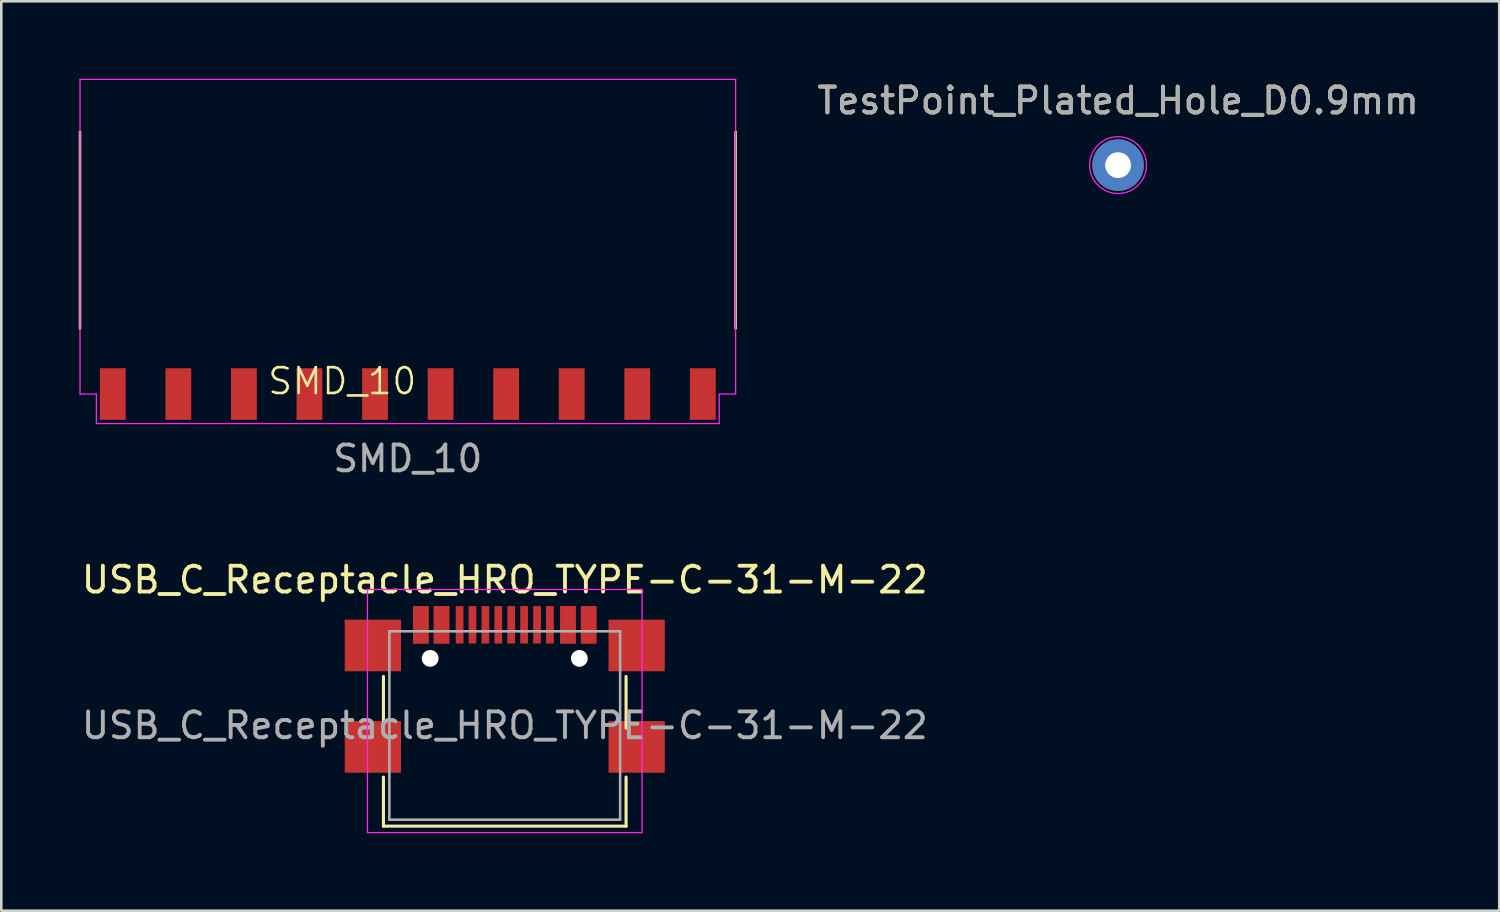
<source format=kicad_pcb>
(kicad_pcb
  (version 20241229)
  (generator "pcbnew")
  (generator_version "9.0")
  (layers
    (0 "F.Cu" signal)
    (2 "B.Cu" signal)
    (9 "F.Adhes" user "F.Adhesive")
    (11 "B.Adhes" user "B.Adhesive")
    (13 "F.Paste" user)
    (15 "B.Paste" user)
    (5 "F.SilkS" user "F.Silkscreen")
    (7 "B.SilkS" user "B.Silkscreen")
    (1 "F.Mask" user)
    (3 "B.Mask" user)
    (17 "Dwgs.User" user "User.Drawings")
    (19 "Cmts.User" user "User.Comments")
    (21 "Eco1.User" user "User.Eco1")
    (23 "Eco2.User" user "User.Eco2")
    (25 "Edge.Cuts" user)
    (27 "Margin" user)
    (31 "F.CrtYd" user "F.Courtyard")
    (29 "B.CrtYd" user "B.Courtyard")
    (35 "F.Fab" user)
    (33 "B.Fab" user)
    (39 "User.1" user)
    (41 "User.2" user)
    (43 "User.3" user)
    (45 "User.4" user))
  (footprint "TestPoint_Plated_Hole_D0.9mm"
    (layer "F.Cu")
    (at 40.268 3.348)
    (property "Reference" "TestPoint_Plated_Hole_D0.9mm" (at 0 -2.498 0) (layer "F.SilkS") (effects (font (size 1 1) (thickness 0.15))))
    (attr exclude_from_pos_files exclude_from_bom)
    (fp_circle (center 0 0) (end 1.1 0) (stroke (width 0.05) (type solid)) (fill no) (layer "F.CrtYd"))
    (fp_text user "${REFERENCE}" (at 0 -2.5 0) (layer "F.Fab") (effects (font (size 1 1) (thickness 0.15))))
    (pad "1" thru_hole circle (at 0 0) (size 2 2) (drill 1) (layers "*.Cu" "*.Mask")))
  (footprint "USB_C_Receptacle_HRO_TYPE-C-31-M-22"
    (layer "F.Cu")
    (at 16.506 25.058)
    (property "Reference" "USB_C_Receptacle_HRO_TYPE-C-31-M-22" (at 0 -5.645 0) (layer "F.SilkS") (effects (font (size 1 1) (thickness 0.15))))
    (attr smd)
    (fp_line (start -4.7 -1.9) (end -4.7 0.1) (stroke (width 0.12) (type solid)) (layer "F.SilkS"))
    (fp_line (start -4.7 2) (end -4.7 3.9) (stroke (width 0.12) (type solid)) (layer "F.SilkS"))
    (fp_line (start -4.7 3.9) (end 4.7 3.9) (stroke (width 0.12) (type solid)) (layer "F.SilkS"))
    (fp_line (start 4.7 -1.9) (end 4.7 0.1) (stroke (width 0.12) (type solid)) (layer "F.SilkS"))
    (fp_line (start 4.7 2) (end 4.7 3.9) (stroke (width 0.12) (type solid)) (layer "F.SilkS"))
    (fp_line (start -5.32 -5.27) (end -5.32 4.15) (stroke (width 0.05) (type solid)) (layer "F.CrtYd"))
    (fp_line (start -5.32 -5.27) (end 5.32 -5.27) (stroke (width 0.05) (type solid)) (layer "F.CrtYd"))
    (fp_line (start -5.32 4.15) (end 5.32 4.15) (stroke (width 0.05) (type solid)) (layer "F.CrtYd"))
    (fp_line (start 5.32 -5.27) (end 5.32 4.15) (stroke (width 0.05) (type solid)) (layer "F.CrtYd"))
    (fp_line (start -4.47 -3.65) (end -4.47 3.65) (stroke (width 0.1) (type solid)) (layer "F.Fab"))
    (fp_line (start -4.47 -3.65) (end 4.47 -3.65) (stroke (width 0.1) (type solid)) (layer "F.Fab"))
    (fp_line (start -4.47 3.65) (end 4.47 3.65) (stroke (width 0.1) (type solid)) (layer "F.Fab"))
    (fp_line (start 4.47 -3.65) (end 4.47 3.65) (stroke (width 0.1) (type solid)) (layer "F.Fab"))
    (fp_text user "${REFERENCE}" (at 0 0 0) (layer "F.Fab") (effects (font (size 1 1) (thickness 0.15))))
    (pad "" np_thru_hole circle (at -2.89 -2.6) (size 0.65 0.65) (drill 0.65) (layers "*.Cu" "*.Mask"))
    (pad "" np_thru_hole circle (at 2.89 -2.6) (size 0.65 0.65) (drill 0.65) (layers "*.Cu" "*.Mask"))
    (pad "A1" smd rect (at -3.25 -3.9) (size 0.6 1.45) (layers "F.Cu" "F.Mask" "F.Paste"))
    (pad "A4" smd rect (at -2.45 -3.9) (size 0.6 1.45) (layers "F.Cu" "F.Mask" "F.Paste"))
    (pad "A5" smd rect (at -1.25 -3.9) (size 0.3 1.45) (layers "F.Cu" "F.Mask" "F.Paste"))
    (pad "A6" smd rect (at -0.25 -3.9) (size 0.3 1.45) (layers "F.Cu" "F.Mask" "F.Paste"))
    (pad "A7" smd rect (at 0.25 -3.9) (size 0.3 1.45) (layers "F.Cu" "F.Mask" "F.Paste"))
    (pad "A8" smd rect (at 1.25 -3.9) (size 0.3 1.45) (layers "F.Cu" "F.Mask" "F.Paste"))
    (pad "A9" smd rect (at 2.45 -3.9) (size 0.6 1.45) (layers "F.Cu" "F.Mask" "F.Paste"))
    (pad "A12" smd rect (at 3.25 -3.9) (size 0.6 1.45) (layers "F.Cu" "F.Mask" "F.Paste"))
    (pad "B1" smd rect (at 3.25 -3.9) (size 0.6 1.45) (layers "F.Cu" "F.Mask" "F.Paste"))
    (pad "B4" smd rect (at 2.45 -3.9) (size 0.6 1.45) (layers "F.Cu" "F.Mask" "F.Paste"))
    (pad "B5" smd rect (at 1.75 -3.9) (size 0.3 1.45) (layers "F.Cu" "F.Mask" "F.Paste"))
    (pad "B6" smd rect (at 0.75 -3.9) (size 0.3 1.45) (layers "F.Cu" "F.Mask" "F.Paste"))
    (pad "B7" smd rect (at -0.75 -3.9) (size 0.3 1.45) (layers "F.Cu" "F.Mask" "F.Paste"))
    (pad "B8" smd rect (at -1.75 -3.9) (size 0.3 1.45) (layers "F.Cu" "F.Mask" "F.Paste"))
    (pad "B9" smd rect (at -2.45 -3.9) (size 0.6 1.45) (layers "F.Cu" "F.Mask" "F.Paste"))
    (pad "B12" smd rect (at -3.25 -3.9) (size 0.6 1.45) (layers "F.Cu" "F.Mask" "F.Paste"))
    (pad "S1" smd rect (at -5.11 -3.1) (size 2.18 2) (property pad_prop_heatsink) (layers "F.Cu" "F.Mask" "F.Paste"))
    (pad "S1" smd rect (at -5.11 0.83) (size 2.18 2) (property pad_prop_heatsink) (layers "F.Cu" "F.Mask" "F.Paste"))
    (pad "S1" smd rect (at 5.11 -3.1) (size 2.18 2) (property pad_prop_heatsink) (layers "F.Cu" "F.Mask" "F.Paste"))
    (pad "S1" smd rect (at 5.11 0.83) (size 2.18 2) (property pad_prop_heatsink) (layers "F.Cu" "F.Mask" "F.Paste")))
  (footprint "SMD_10"
    (layer "F.Cu")
    (at 12.75 12.217)
    (property "Reference" "SMD_10" (at -2.54 -0.5 0) (unlocked yes) (layer "F.SilkS") (effects (font (size 1 1) (thickness 0.1))))
    (attr smd)
    (fp_line (start -12.7 -2.54) (end -12.7 -10.16) (stroke (width 0.1) (type default)) (layer "F.SilkS"))
    (fp_line (start 12.7 -2.54) (end 12.7 -10.16) (stroke (width 0.1) (type default)) (layer "F.SilkS"))
    (fp_line (start -12.7 -12.192) (end 12.7 -12.192) (stroke (width 0.05) (type default)) (layer "F.CrtYd"))
    (fp_line (start -12.7 0) (end -12.7 -12.192) (stroke (width 0.05) (type default)) (layer "F.CrtYd"))
    (fp_line (start -12.065 0) (end -12.7 0) (stroke (width 0.05) (type default)) (layer "F.CrtYd"))
    (fp_line (start -12.065 1.143) (end -12.065 0) (stroke (width 0.05) (type default)) (layer "F.CrtYd"))
    (fp_line (start -12.065 1.143) (end 12.065 1.143) (stroke (width 0.05) (type default)) (layer "F.CrtYd"))
    (fp_line (start 12.065 0) (end 12.065 1.143) (stroke (width 0.05) (type default)) (layer "F.CrtYd"))
    (fp_line (start 12.7 -12.192) (end 12.7 0) (stroke (width 0.05) (type default)) (layer "F.CrtYd"))
    (fp_line (start 12.7 0) (end 12.065 0) (stroke (width 0.05) (type default)) (layer "F.CrtYd"))
    (fp_line (start -10 -10.75) (end 10 -10.75) (stroke (width 0.1) (type solid)) (layer "User.1"))
    (fp_text user "${REFERENCE}" (at 0 2.5 0) (unlocked yes) (layer "F.Fab") (effects (font (size 1 1) (thickness 0.15))))
    (fp_text user "PCB_EDGE" (at -3.5 -9.271 0) (unlocked yes) (layer "User.1") (effects (font (size 1 1) (thickness 0.15)) (justify left bottom)))
    (pad "1" smd rect (at -11.43 0) (size 1 2) (layers "F.Cu" "F.Mask" "F.Paste"))
    (pad "2" smd rect (at -8.89 0) (size 1 2) (layers "F.Cu" "F.Mask" "F.Paste"))
    (pad "3" smd rect (at -6.35 0) (size 1 2) (layers "F.Cu" "F.Mask" "F.Paste"))
    (pad "4" smd rect (at -3.81 0) (size 1 2) (layers "F.Cu" "F.Mask" "F.Paste"))
    (pad "5" smd rect (at -1.27 0) (size 1 2) (layers "F.Cu" "F.Mask" "F.Paste"))
    (pad "6" smd rect (at 1.27 0) (size 1 2) (layers "F.Cu" "F.Mask" "F.Paste"))
    (pad "7" smd rect (at 3.81 0) (size 1 2) (layers "F.Cu" "F.Mask" "F.Paste"))
    (pad "8" smd rect (at 6.35 0) (size 1 2) (layers "F.Cu" "F.Mask" "F.Paste"))
    (pad "9" smd rect (at 8.89 0) (size 1 2) (layers "F.Cu" "F.Mask" "F.Paste"))
    (pad "10" smd rect (at 11.43 0) (size 1 2) (layers "F.Cu" "F.Mask" "F.Paste")))
  (gr_rect
    (start -3 -3)
    (end 55.036 32.233)
    (stroke (width 0.1) (type default))
    (fill no)
    (layer "Edge.Cuts")))
</source>
